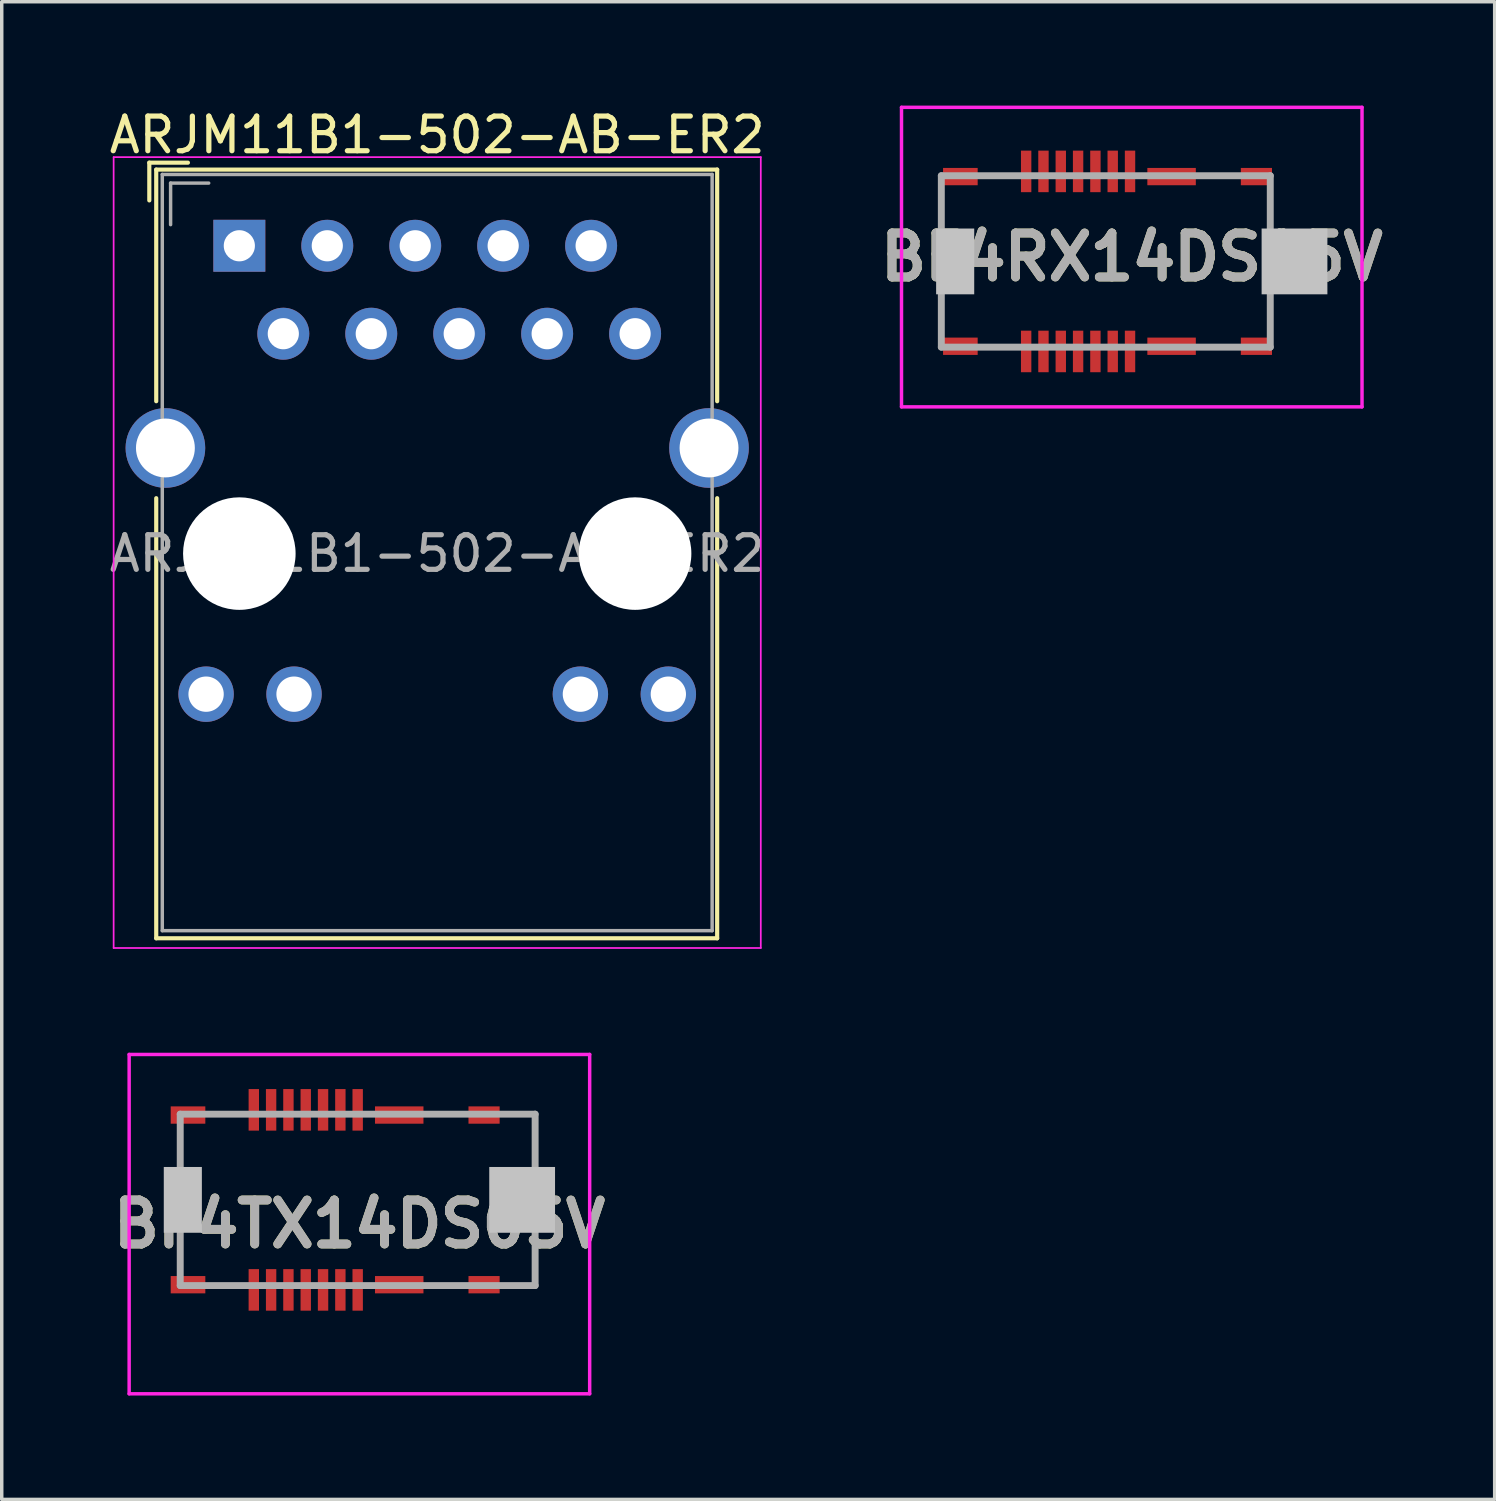
<source format=kicad_pcb>
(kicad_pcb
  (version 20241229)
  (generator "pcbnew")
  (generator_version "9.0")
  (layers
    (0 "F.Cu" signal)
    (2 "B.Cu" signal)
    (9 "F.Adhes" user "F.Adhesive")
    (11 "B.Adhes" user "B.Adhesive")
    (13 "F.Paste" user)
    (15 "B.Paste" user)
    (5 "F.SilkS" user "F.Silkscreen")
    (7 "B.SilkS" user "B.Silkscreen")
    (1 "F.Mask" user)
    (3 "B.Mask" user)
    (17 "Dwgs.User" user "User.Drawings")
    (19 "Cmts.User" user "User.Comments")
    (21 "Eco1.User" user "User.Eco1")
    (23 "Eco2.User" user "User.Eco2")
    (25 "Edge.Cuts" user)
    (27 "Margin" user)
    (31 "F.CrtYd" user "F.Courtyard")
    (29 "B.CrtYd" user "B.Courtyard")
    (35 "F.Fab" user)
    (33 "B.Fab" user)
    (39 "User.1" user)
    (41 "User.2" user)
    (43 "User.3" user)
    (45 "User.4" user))
  (footprint "BF4TX14DS05V"
    (layer "F.Cu")
    (at 7.28 31.603)
    (property "Reference" "BF4TX14DS05V" (at 0.05 0.7 0) (layer "F.SilkS") (effects (font (size 1.27 1.27) (thickness 0.254))))
    (attr smd)
    (fp_line (start -6.6 -4.2) (end 6.7 -4.2) (stroke (width 0.1) (type solid)) (layer "F.CrtYd"))
    (fp_line (start -6.6 5.6) (end -6.6 -4.2) (stroke (width 0.1) (type solid)) (layer "F.CrtYd"))
    (fp_line (start 6.7 -4.2) (end 6.7 5.6) (stroke (width 0.1) (type solid)) (layer "F.CrtYd"))
    (fp_line (start 6.7 5.6) (end -6.6 5.6) (stroke (width 0.1) (type solid)) (layer "F.CrtYd"))
    (fp_line (start -5.125 -2.475) (end -5.125 2.475) (stroke (width 0.2) (type solid)) (layer "F.Fab"))
    (fp_line (start -5.125 2.475) (end 5.125 2.475) (stroke (width 0.2) (type solid)) (layer "F.Fab"))
    (fp_line (start 5.125 -2.475) (end -5.125 -2.475) (stroke (width 0.2) (type solid)) (layer "F.Fab"))
    (fp_line (start 5.125 2.475) (end 5.125 -2.475) (stroke (width 0.2) (type solid)) (layer "F.Fab"))
    (fp_text user "${REFERENCE}" (at 0.05 0.7 0) (layer "F.Fab") (effects (font (size 1.27 1.27) (thickness 0.254))))
    (pad "" smd rect (at -5.05 0) (size 1.1 1.9) (layers "Dwgs.User"))
    (pad "" smd rect (at 4.75 0 90) (size 1.9 1.9) (layers "Dwgs.User"))
    (pad "1" smd rect (at 3.65 -2.45 90) (size 0.5 0.9) (layers "F.Cu" "F.Mask" "F.Paste"))
    (pad "2" smd rect (at 1.2 -2.45 90) (size 0.5 1.4) (layers "F.Cu" "F.Mask" "F.Paste"))
    (pad "3" smd rect (at 0 -2.6) (size 0.3 1.2) (layers "F.Cu" "F.Mask" "F.Paste"))
    (pad "4" smd rect (at -0.5 -2.6) (size 0.3 1.2) (layers "F.Cu" "F.Mask" "F.Paste"))
    (pad "5" smd rect (at -1 -2.6) (size 0.3 1.2) (layers "F.Cu" "F.Mask" "F.Paste"))
    (pad "6" smd rect (at -1.5 -2.6) (size 0.3 1.2) (layers "F.Cu" "F.Mask" "F.Paste"))
    (pad "7" smd rect (at -2 -2.6) (size 0.3 1.2) (layers "F.Cu" "F.Mask" "F.Paste"))
    (pad "8" smd rect (at -2.5 -2.6) (size 0.3 1.2) (layers "F.Cu" "F.Mask" "F.Paste"))
    (pad "9" smd rect (at -3 -2.6) (size 0.3 1.2) (layers "F.Cu" "F.Mask" "F.Paste"))
    (pad "10" smd rect (at -4.9 -2.45 90) (size 0.5 1) (layers "F.Cu" "F.Mask" "F.Paste"))
    (pad "11" smd rect (at -4.9 2.45 90) (size 0.5 1) (layers "F.Cu" "F.Mask" "F.Paste"))
    (pad "12" smd rect (at -3 2.6) (size 0.3 1.2) (layers "F.Cu" "F.Mask" "F.Paste"))
    (pad "13" smd rect (at -2.5 2.6) (size 0.3 1.2) (layers "F.Cu" "F.Mask" "F.Paste"))
    (pad "14" smd rect (at -2 2.6) (size 0.3 1.2) (layers "F.Cu" "F.Mask" "F.Paste"))
    (pad "15" smd rect (at -1.5 2.6) (size 0.3 1.2) (layers "F.Cu" "F.Mask" "F.Paste"))
    (pad "16" smd rect (at -1 2.6) (size 0.3 1.2) (layers "F.Cu" "F.Mask" "F.Paste"))
    (pad "17" smd rect (at -0.5 2.6) (size 0.3 1.2) (layers "F.Cu" "F.Mask" "F.Paste"))
    (pad "18" smd rect (at 0 2.6) (size 0.3 1.2) (layers "F.Cu" "F.Mask" "F.Paste"))
    (pad "19" smd rect (at 1.2 2.45 90) (size 0.5 1.4) (layers "F.Cu" "F.Mask" "F.Paste"))
    (pad "20" smd rect (at 3.65 2.45 90) (size 0.5 0.9) (layers "F.Cu" "F.Mask" "F.Paste")))
  (footprint "BF4RX14DS05V"
    (layer "F.Cu")
    (at 29.236 4.075)
    (property "Reference" "BF4RX14DS05V" (at 0.4 0.3 0) (layer "F.SilkS") (effects (font (size 1.27 1.27) (thickness 0.254))))
    (attr smd)
    (fp_line (start -5.1 -1.575) (end -5.1 -0.975) (stroke (width 0.1) (type solid)) (layer "F.SilkS"))
    (fp_line (start -5.1 1.825) (end -5.1 2.225) (stroke (width 0.1) (type solid)) (layer "F.SilkS"))
    (fp_line (start 4.4 -1.575) (end 4.4 -0.975) (stroke (width 0.1) (type solid)) (layer "F.SilkS"))
    (fp_line (start 4.4 1.825) (end 4.4 2.225) (stroke (width 0.1) (type solid)) (layer "F.SilkS"))
    (fp_line (start -6.25 -4.025) (end 7.05 -4.025) (stroke (width 0.1) (type solid)) (layer "F.CrtYd"))
    (fp_line (start -6.25 4.625) (end -6.25 -4.025) (stroke (width 0.1) (type solid)) (layer "F.CrtYd"))
    (fp_line (start 7.05 -4.025) (end 7.05 4.625) (stroke (width 0.1) (type solid)) (layer "F.CrtYd"))
    (fp_line (start 7.05 4.625) (end -6.25 4.625) (stroke (width 0.1) (type solid)) (layer "F.CrtYd"))
    (fp_line (start -5.1 -2.05) (end 4.4 -2.05) (stroke (width 0.2) (type solid)) (layer "F.Fab"))
    (fp_line (start -5.1 2.9) (end -5.1 -2.05) (stroke (width 0.2) (type solid)) (layer "F.Fab"))
    (fp_line (start 4.4 -2.05) (end 4.4 2.9) (stroke (width 0.2) (type solid)) (layer "F.Fab"))
    (fp_line (start 4.4 2.9) (end -5.1 2.9) (stroke (width 0.2) (type solid)) (layer "F.Fab"))
    (fp_text user "${REFERENCE}" (at 0.4 0.3 0) (layer "F.Fab") (effects (font (size 1.27 1.27) (thickness 0.254))))
    (pad "" smd rect (at -4.7 0.425) (size 1.1 1.9) (layers "Dwgs.User"))
    (pad "" smd rect (at 5.1 0.425) (size 1.9 1.9) (layers "Dwgs.User"))
    (pad "1" smd rect (at 4 -2.025 90) (size 0.5 0.9) (layers "F.Cu" "F.Mask" "F.Paste"))
    (pad "2" smd rect (at 1.55 -2.025 90) (size 0.5 1.4) (layers "F.Cu" "F.Mask" "F.Paste"))
    (pad "3" smd rect (at 0.35 -2.175) (size 0.3 1.2) (layers "F.Cu" "F.Mask" "F.Paste"))
    (pad "4" smd rect (at -0.15 -2.175) (size 0.3 1.2) (layers "F.Cu" "F.Mask" "F.Paste"))
    (pad "5" smd rect (at -0.65 -2.175) (size 0.3 1.2) (layers "F.Cu" "F.Mask" "F.Paste"))
    (pad "6" smd rect (at -1.15 -2.175) (size 0.3 1.2) (layers "F.Cu" "F.Mask" "F.Paste"))
    (pad "7" smd rect (at -1.65 -2.175) (size 0.3 1.2) (layers "F.Cu" "F.Mask" "F.Paste"))
    (pad "8" smd rect (at -2.15 -2.175) (size 0.3 1.2) (layers "F.Cu" "F.Mask" "F.Paste"))
    (pad "9" smd rect (at -2.65 -2.175) (size 0.3 1.2) (layers "F.Cu" "F.Mask" "F.Paste"))
    (pad "10" smd rect (at -4.55 -2.025 90) (size 0.5 1) (layers "F.Cu" "F.Mask" "F.Paste"))
    (pad "11" smd rect (at -4.55 2.875 90) (size 0.5 1) (layers "F.Cu" "F.Mask" "F.Paste"))
    (pad "12" smd rect (at -2.65 3.025) (size 0.3 1.2) (layers "F.Cu" "F.Mask" "F.Paste"))
    (pad "13" smd rect (at -2.15 3.025) (size 0.3 1.2) (layers "F.Cu" "F.Mask" "F.Paste"))
    (pad "14" smd rect (at -1.65 3.025) (size 0.3 1.2) (layers "F.Cu" "F.Mask" "F.Paste"))
    (pad "15" smd rect (at -1.15 3.025) (size 0.3 1.2) (layers "F.Cu" "F.Mask" "F.Paste"))
    (pad "16" smd rect (at -0.65 3.025) (size 0.3 1.2) (layers "F.Cu" "F.Mask" "F.Paste"))
    (pad "17" smd rect (at -0.15 3.025) (size 0.3 1.2) (layers "F.Cu" "F.Mask" "F.Paste"))
    (pad "18" smd rect (at 0.35 3.025) (size 0.3 1.2) (layers "F.Cu" "F.Mask" "F.Paste"))
    (pad "19" smd rect (at 1.55 2.875 90) (size 0.5 1.4) (layers "F.Cu" "F.Mask" "F.Paste"))
    (pad "20" smd rect (at 4 2.875 90) (size 0.5 0.9) (layers "F.Cu" "F.Mask" "F.Paste")))
  (footprint "ARJM11B1-502-AB-ER2"
    (layer "F.Cu")
    (at 3.862 4.048)
    (property "Reference" "ARJM11B1-502-AB-ER2" (at 5.715 -3.2 180) (layer "F.SilkS") (effects (font (size 1 1) (thickness 0.15))))
    (attr through_hole)
    (fp_line (start -2.6 -2.4) (end -1.485 -2.4) (stroke (width 0.12) (type solid)) (layer "F.SilkS"))
    (fp_line (start -2.6 -1.31) (end -2.6 -2.4) (stroke (width 0.12) (type solid)) (layer "F.SilkS"))
    (fp_line (start -2.4 -2.2) (end -2.4 4.49) (stroke (width 0.12) (type solid)) (layer "F.SilkS"))
    (fp_line (start -2.4 7.29) (end -2.4 20) (stroke (width 0.12) (type solid)) (layer "F.SilkS"))
    (fp_line (start 13.8 -2.2) (end -2.4 -2.2) (stroke (width 0.12) (type solid)) (layer "F.SilkS"))
    (fp_line (start 13.8 4.49) (end 13.8 -2.2) (stroke (width 0.12) (type solid)) (layer "F.SilkS"))
    (fp_line (start 13.8 20) (end -2.4 20) (stroke (width 0.12) (type solid)) (layer "F.SilkS"))
    (fp_line (start 13.8 20) (end 13.8 7.29) (stroke (width 0.12) (type solid)) (layer "F.SilkS"))
    (fp_line (start -3.63 -2.56) (end 15.06 -2.56) (stroke (width 0.05) (type solid)) (layer "F.CrtYd"))
    (fp_line (start -3.63 20.28) (end -3.63 -2.56) (stroke (width 0.05) (type solid)) (layer "F.CrtYd"))
    (fp_line (start 15.06 -2.56) (end 15.06 20.28) (stroke (width 0.05) (type solid)) (layer "F.CrtYd"))
    (fp_line (start 15.06 20.28) (end -3.63 20.28) (stroke (width 0.05) (type solid)) (layer "F.CrtYd"))
    (fp_line (start -2.225 19.78) (end -2.225 -2.06) (stroke (width 0.1) (type solid)) (layer "F.Fab"))
    (fp_line (start -1.985 -1.81) (end -0.885 -1.81) (stroke (width 0.1) (type solid)) (layer "F.Fab"))
    (fp_line (start -1.985 -0.61) (end -1.985 -1.81) (stroke (width 0.1) (type solid)) (layer "F.Fab"))
    (fp_line (start 13.655 -2.06) (end -2.225 -2.06) (stroke (width 0.1) (type solid)) (layer "F.Fab"))
    (fp_line (start 13.655 19.78) (end -2.225 19.78) (stroke (width 0.1) (type solid)) (layer "F.Fab"))
    (fp_line (start 13.655 19.78) (end 13.655 -2.06) (stroke (width 0.1) (type solid)) (layer "F.Fab"))
    (fp_text user "${REFERENCE}" (at 5.715 8.89 180) (layer "F.Fab") (effects (font (size 1 1) (thickness 0.15))))
    (pad "" np_thru_hole circle (at 0 8.89 180) (size 3.25 3.25) (drill 3.25) (layers "*.Cu" "*.Mask"))
    (pad "" np_thru_hole circle (at 11.43 8.89 180) (size 3.25 3.25) (drill 3.25) (layers "*.Cu" "*.Mask"))
    (pad "1" thru_hole rect (at 0 0 180) (size 1.5 1.5) (drill 0.9) (layers "*.Cu" "*.Mask"))
    (pad "2" thru_hole circle (at 1.27 2.54 180) (size 1.5 1.5) (drill 0.9) (layers "*.Cu" "*.Mask"))
    (pad "3" thru_hole circle (at 2.54 0 180) (size 1.5 1.5) (drill 0.9) (layers "*.Cu" "*.Mask"))
    (pad "4" thru_hole circle (at 3.81 2.54 180) (size 1.5 1.5) (drill 0.9) (layers "*.Cu" "*.Mask"))
    (pad "5" thru_hole circle (at 5.08 0 180) (size 1.5 1.5) (drill 0.9) (layers "*.Cu" "*.Mask"))
    (pad "6" thru_hole circle (at 6.35 2.54 180) (size 1.5 1.5) (drill 0.9) (layers "*.Cu" "*.Mask"))
    (pad "7" thru_hole circle (at 7.62 0 180) (size 1.5 1.5) (drill 0.9) (layers "*.Cu" "*.Mask"))
    (pad "8" thru_hole circle (at 8.89 2.54 180) (size 1.5 1.5) (drill 0.9) (layers "*.Cu" "*.Mask"))
    (pad "9" thru_hole circle (at 10.16 0 180) (size 1.5 1.5) (drill 0.9) (layers "*.Cu" "*.Mask"))
    (pad "10" thru_hole circle (at 11.43 2.54 180) (size 1.5 1.5) (drill 0.9) (layers "*.Cu" "*.Mask"))
    (pad "11" thru_hole circle (at -0.96 12.95 180) (size 1.6 1.6) (drill 1.02) (layers "*.Cu" "*.Mask"))
    (pad "12" thru_hole circle (at 1.58 12.95 180) (size 1.6 1.6) (drill 1.02) (layers "*.Cu" "*.Mask"))
    (pad "13" thru_hole circle (at 9.85 12.95 180) (size 1.6 1.6) (drill 1.02) (layers "*.Cu" "*.Mask"))
    (pad "14" thru_hole circle (at 12.39 12.95 180) (size 1.6 1.6) (drill 1.02) (layers "*.Cu" "*.Mask"))
    (pad "SH" thru_hole circle (at -2.135 5.84 180) (size 2.3 2.3) (drill 1.7) (layers "*.Cu" "*.Mask"))
    (pad "SH" thru_hole circle (at 13.565 5.84 180) (size 2.3 2.3) (drill 1.7) (layers "*.Cu" "*.Mask")))
  (gr_rect
    (start -3 -3)
    (end 40.117 40.253)
    (stroke (width 0.1) (type default))
    (fill no)
    (layer "Edge.Cuts")))
</source>
